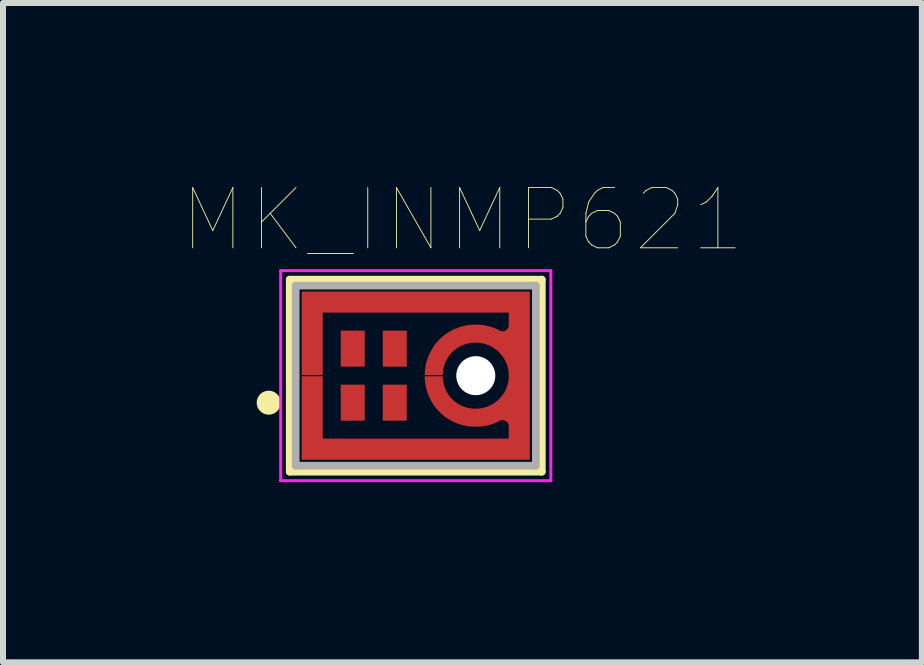
<source format=kicad_pcb>
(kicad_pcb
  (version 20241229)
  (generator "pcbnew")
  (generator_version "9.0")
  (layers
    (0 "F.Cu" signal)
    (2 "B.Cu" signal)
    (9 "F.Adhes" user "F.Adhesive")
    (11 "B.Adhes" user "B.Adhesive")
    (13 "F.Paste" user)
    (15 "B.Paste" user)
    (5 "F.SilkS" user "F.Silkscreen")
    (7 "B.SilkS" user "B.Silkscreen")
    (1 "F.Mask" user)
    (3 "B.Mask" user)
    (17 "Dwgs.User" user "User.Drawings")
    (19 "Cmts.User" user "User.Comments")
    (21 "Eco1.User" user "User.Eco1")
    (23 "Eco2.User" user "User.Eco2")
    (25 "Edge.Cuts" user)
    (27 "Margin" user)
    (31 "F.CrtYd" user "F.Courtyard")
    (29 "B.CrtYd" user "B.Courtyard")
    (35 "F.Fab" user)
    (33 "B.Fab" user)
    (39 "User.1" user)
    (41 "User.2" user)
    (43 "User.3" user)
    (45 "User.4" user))
  (footprint "MK_INMP621"
    (layer "F.Cu")
    (at 3.876 3.208)
    (property "Reference" "MK_INMP621" (at 0.778 -2.594 0) (layer "F.SilkS") (effects (font (size 1.004 1.004) (thickness 0.015))))
    (attr through_hole)
    (fp_poly (pts (xy 0 -1.05) (xy 0 1.05) (xy 0 1.4)) (stroke (width 0.0001) (type solid)) (fill yes) (layer "F.Cu"))
    (fp_poly (pts (xy 0.15 -0.01) (xy 0.15 -0.032) (xy 0.152 -0.076) (xy 0.157 -0.12) (xy 0.164 -0.163) (xy 0.173 -0.206) (xy 0.184 -0.249) (xy 0.198 -0.29) (xy 0.214 -0.332) (xy 0.232 -0.372) (xy 0.252 -0.411) (xy 0.274 -0.449) (xy 0.297 -0.486) (xy 0.323 -0.522) (xy 0.351 -0.556) (xy 0.38 -0.588) (xy 0.412 -0.62) (xy 0.444 -0.649) (xy 0.478 -0.677) (xy 0.514 -0.703) (xy 0.551 -0.726) (xy 0.589 -0.748) (xy 0.628 -0.768) (xy 0.668 -0.786) (xy 0.71 -0.802) (xy 0.751 -0.816) (xy 0.794 -0.827) (xy 0.837 -0.836) (xy 0.88 -0.843) (xy 0.924 -0.848) (xy 0.968 -0.85) (xy 0.99 -0.85) (xy 1 -0.85) (xy 1.012 -0.85) (xy 1.027 -0.85) (xy 1.041 -0.849) (xy 1.056 -0.848) (xy 1.071 -0.847) (xy 1.085 -0.846) (xy 1.1 -0.845) (xy 1.114 -0.843) (xy 1.129 -0.841) (xy 1.143 -0.839) (xy 1.158 -0.836) (xy 1.172 -0.833) (xy 1.186 -0.83) (xy 1.201 -0.827) (xy 1.215 -0.823) (xy 1.229 -0.82) (xy 1.243 -0.816) (xy 1.257 -0.811) (xy 1.271 -0.807) (xy 1.285 -0.802) (xy 1.298 -0.797) (xy 1.312 -0.792) (xy 1.326 -0.786) (xy 1.339 -0.78) (xy 1.353 -0.775) (xy 1.366 -0.768) (xy 1.379 -0.762) (xy 1.392 -0.755) (xy 1.405 -0.748) (xy 1.418 -0.741) (xy 1.42 -0.74) (xy 1.45 -0.74) (xy 1.453 -0.74) (xy 1.459 -0.741) (xy 1.464 -0.742) (xy 1.47 -0.743) (xy 1.475 -0.744) (xy 1.48 -0.746) (xy 1.485 -0.748) (xy 1.49 -0.75) (xy 1.495 -0.753) (xy 1.5 -0.755) (xy 1.505 -0.758) (xy 1.509 -0.762) (xy 1.513 -0.765) (xy 1.517 -0.769) (xy 1.521 -0.773) (xy 1.525 -0.777) (xy 1.528 -0.781) (xy 1.532 -0.785) (xy 1.535 -0.79) (xy 1.537 -0.795) (xy 1.54 -0.8) (xy 1.542 -0.805) (xy 1.544 -0.81) (xy 1.546 -0.815) (xy 1.547 -0.82) (xy 1.548 -0.826) (xy 1.549 -0.831) (xy 1.55 -0.837) (xy 1.55 -0.842) (xy 1.55 -0.848) (xy 1.55 -0.85) (xy 1.55 -1.05) (xy -1.55 -1.05) (xy -1.55 -0.01) (xy -1.9 -0.01) (xy -1.9 -1.4) (xy 1.9 -1.4) (xy 1.9 1.4) (xy -1.9 1.4) (xy -1.9 0.01) (xy -1.55 0.01) (xy -1.55 1.05) (xy 1.55 1.05) (xy 1.55 0.85) (xy 1.55 0.848) (xy 1.55 0.842) (xy 1.55 0.837) (xy 1.549 0.831) (xy 1.548 0.826) (xy 1.547 0.82) (xy 1.546 0.815) (xy 1.544 0.81) (xy 1.542 0.805) (xy 1.54 0.8) (xy 1.537 0.795) (xy 1.535 0.79) (xy 1.532 0.785) (xy 1.528 0.781) (xy 1.525 0.777) (xy 1.521 0.773) (xy 1.517 0.769) (xy 1.513 0.765) (xy 1.509 0.762) (xy 1.505 0.758) (xy 1.5 0.755) (xy 1.495 0.753) (xy 1.49 0.75) (xy 1.485 0.748) (xy 1.48 0.746) (xy 1.475 0.744) (xy 1.47 0.743) (xy 1.464 0.742) (xy 1.459 0.741) (xy 1.453 0.74) (xy 1.45 0.74) (xy 1.42 0.74) (xy 1.418 0.741) (xy 1.405 0.748) (xy 1.392 0.755) (xy 1.379 0.762) (xy 1.366 0.768) (xy 1.353 0.775) (xy 1.339 0.78) (xy 1.326 0.786) (xy 1.312 0.792) (xy 1.298 0.797) (xy 1.285 0.802) (xy 1.271 0.807) (xy 1.257 0.811) (xy 1.243 0.816) (xy 1.229 0.82) (xy 1.215 0.823) (xy 1.201 0.827) (xy 1.186 0.83) (xy 1.172 0.833) (xy 1.158 0.836) (xy 1.143 0.839) (xy 1.129 0.841) (xy 1.114 0.843) (xy 1.1 0.845) (xy 1.085 0.846) (xy 1.071 0.847) (xy 1.056 0.848) (xy 1.041 0.849) (xy 1.027 0.85) (xy 1.012 0.85) (xy 1 0.85) (xy 0.99 0.85) (xy 0.968 0.85) (xy 0.924 0.848) (xy 0.88 0.843) (xy 0.837 0.836) (xy 0.794 0.827) (xy 0.751 0.816) (xy 0.71 0.802) (xy 0.668 0.786) (xy 0.628 0.768) (xy 0.589 0.748) (xy 0.551 0.726) (xy 0.514 0.703) (xy 0.478 0.677) (xy 0.444 0.649) (xy 0.412 0.62) (xy 0.38 0.588) (xy 0.351 0.556) (xy 0.323 0.522) (xy 0.297 0.486) (xy 0.274 0.449) (xy 0.252 0.411) (xy 0.232 0.372) (xy 0.214 0.332) (xy 0.198 0.29) (xy 0.184 0.249) (xy 0.173 0.206) (xy 0.164 0.163) (xy 0.157 0.12) (xy 0.152 0.076) (xy 0.15 0.032) (xy 0.15 0.01) (xy 0.45 0.01) (xy 0.45 0.024) (xy 0.451 0.052) (xy 0.454 0.081) (xy 0.459 0.108) (xy 0.465 0.136) (xy 0.472 0.163) (xy 0.481 0.19) (xy 0.491 0.217) (xy 0.502 0.243) (xy 0.515 0.268) (xy 0.529 0.292) (xy 0.545 0.316) (xy 0.561 0.339) (xy 0.579 0.361) (xy 0.598 0.382) (xy 0.618 0.402) (xy 0.639 0.421) (xy 0.661 0.439) (xy 0.684 0.455) (xy 0.708 0.471) (xy 0.732 0.485) (xy 0.757 0.498) (xy 0.783 0.509) (xy 0.81 0.519) (xy 0.837 0.528) (xy 0.864 0.535) (xy 0.892 0.541) (xy 0.919 0.546) (xy 0.948 0.549) (xy 0.976 0.55) (xy 0.99 0.55) (xy 1 0.55) (xy 1.014 0.55) (xy 1.043 0.548) (xy 1.072 0.545) (xy 1.1 0.541) (xy 1.128 0.535) (xy 1.156 0.528) (xy 1.184 0.519) (xy 1.211 0.508) (xy 1.237 0.497) (xy 1.263 0.484) (xy 1.287 0.469) (xy 1.312 0.453) (xy 1.335 0.436) (xy 1.357 0.418) (xy 1.379 0.399) (xy 1.399 0.379) (xy 1.418 0.357) (xy 1.436 0.335) (xy 1.453 0.312) (xy 1.469 0.287) (xy 1.484 0.263) (xy 1.497 0.237) (xy 1.508 0.211) (xy 1.519 0.184) (xy 1.528 0.156) (xy 1.535 0.128) (xy 1.541 0.1) (xy 1.545 0.072) (xy 1.548 0.043) (xy 1.55 0.014) (xy 1.55 0) (xy 1.55 -0.014) (xy 1.548 -0.043) (xy 1.545 -0.072) (xy 1.541 -0.1) (xy 1.535 -0.128) (xy 1.528 -0.156) (xy 1.519 -0.184) (xy 1.508 -0.211) (xy 1.497 -0.237) (xy 1.484 -0.263) (xy 1.469 -0.287) (xy 1.453 -0.312) (xy 1.436 -0.335) (xy 1.418 -0.357) (xy 1.399 -0.379) (xy 1.379 -0.399) (xy 1.357 -0.418) (xy 1.335 -0.436) (xy 1.312 -0.453) (xy 1.287 -0.469) (xy 1.263 -0.484) (xy 1.237 -0.497) (xy 1.211 -0.508) (xy 1.184 -0.519) (xy 1.156 -0.528) (xy 1.128 -0.535) (xy 1.1 -0.541) (xy 1.072 -0.545) (xy 1.043 -0.548) (xy 1.014 -0.55) (xy 1 -0.55) (xy 0.99 -0.55) (xy 0.976 -0.55) (xy 0.948 -0.549) (xy 0.919 -0.546) (xy 0.892 -0.541) (xy 0.864 -0.535) (xy 0.837 -0.528) (xy 0.81 -0.519) (xy 0.783 -0.509) (xy 0.757 -0.498) (xy 0.732 -0.485) (xy 0.708 -0.471) (xy 0.684 -0.455) (xy 0.661 -0.439) (xy 0.639 -0.421) (xy 0.618 -0.402) (xy 0.598 -0.382) (xy 0.579 -0.361) (xy 0.561 -0.339) (xy 0.545 -0.316) (xy 0.529 -0.292) (xy 0.515 -0.268) (xy 0.502 -0.243) (xy 0.491 -0.217) (xy 0.481 -0.19) (xy 0.472 -0.163) (xy 0.465 -0.136) (xy 0.459 -0.108) (xy 0.454 -0.081) (xy 0.451 -0.052) (xy 0.45 -0.024) (xy 0.45 -0.01) (xy 0.15 -0.01)) (stroke (width 0.001) (type solid)) (fill yes) (layer "F.Cu"))
    (fp_poly (pts (xy -2.007 -1.5) (xy -1.45 -1.5) (xy -1.45 1.505) (xy -2.007 1.505)) (stroke (width 0.01) (type solid)) (fill yes) (layer "F.Mask"))
    (fp_poly (pts (xy -1.456 0.95) (xy 2 0.95) (xy 2 1.506) (xy -1.456 1.506)) (stroke (width 0.01) (type solid)) (fill yes) (layer "F.Mask"))
    (fp_poly (pts (xy -1.456 -1.5) (xy 2 -1.5) (xy 2 -0.954) (xy -1.456 -0.954)) (stroke (width 0.01) (type solid)) (fill yes) (layer "F.Mask"))
    (fp_poly (pts (xy 0.1 -0.95) (xy 2 -0.95) (xy 2 0.954) (xy 0.1 0.954)) (stroke (width 0.01) (type solid)) (fill yes) (layer "F.Mask"))
    (fp_line (start -2.1 -1.6) (end 2.1 -1.6) (stroke (width 0.127) (type solid)) (layer "F.SilkS"))
    (fp_line (start -2.1 1.6) (end -2.1 -1.6) (stroke (width 0.127) (type solid)) (layer "F.SilkS"))
    (fp_line (start 2.1 -1.6) (end 2.1 1.6) (stroke (width 0.127) (type solid)) (layer "F.SilkS"))
    (fp_line (start 2.1 1.6) (end -2.1 1.6) (stroke (width 0.127) (type solid)) (layer "F.SilkS"))
    (fp_circle (center -2.45 0.45) (end -2.35 0.45) (stroke (width 0.2) (type solid)) (fill no) (layer "F.SilkS"))
    (fp_poly (pts (xy -1.856 -0.749) (xy -1.601 -0.749) (xy -1.601 0.752) (xy -1.856 0.752)) (stroke (width 0.01) (type solid)) (fill yes) (layer "F.Paste"))
    (fp_poly (pts (xy -1.854 -1.349) (xy -0.901 -1.349) (xy -0.901 -1.104) (xy -1.854 -1.104)) (stroke (width 0.01) (type solid)) (fill yes) (layer "F.Paste"))
    (fp_poly (pts (xy -1.853 1.101) (xy -0.901 1.101) (xy -0.901 1.352) (xy -1.853 1.352)) (stroke (width 0.01) (type solid)) (fill yes) (layer "F.Paste"))
    (fp_poly (pts (xy -1.203 0.25) (xy -0.901 0.25) (xy -0.901 0.65) (xy -1.203 0.65)) (stroke (width 0.01) (type solid)) (fill yes) (layer "F.Paste"))
    (fp_poly (pts (xy -1.202 -0.65) (xy -0.901 -0.65) (xy -0.901 -0.253) (xy -1.202 -0.253)) (stroke (width 0.01) (type solid)) (fill yes) (layer "F.Paste"))
    (fp_poly (pts (xy -0.501 -0.65) (xy -0.201 -0.65) (xy -0.201 -0.253) (xy -0.501 -0.253)) (stroke (width 0.01) (type solid)) (fill yes) (layer "F.Paste"))
    (fp_poly (pts (xy -0.501 -1.349) (xy 0.649 -1.349) (xy 0.649 -1.106) (xy -0.501 -1.106)) (stroke (width 0.01) (type solid)) (fill yes) (layer "F.Paste"))
    (fp_poly (pts (xy -0.5 1.101) (xy 0.649 1.101) (xy 0.649 1.352) (xy -0.5 1.352)) (stroke (width 0.01) (type solid)) (fill yes) (layer "F.Paste"))
    (fp_poly (pts (xy -0.5 0.25) (xy -0.201 0.25) (xy -0.201 0.649) (xy -0.5 0.649)) (stroke (width 0.01) (type solid)) (fill yes) (layer "F.Paste"))
    (fp_poly (pts (xy 1.354 1.101) (xy 1.849 1.101) (xy 1.849 1.352) (xy 1.354 1.352)) (stroke (width 0.01) (type solid)) (fill yes) (layer "F.Paste"))
    (fp_poly (pts (xy 1.355 -1.349) (xy 1.849 -1.349) (xy 1.849 -1.104) (xy 1.355 -1.104)) (stroke (width 0.01) (type solid)) (fill yes) (layer "F.Paste"))
    (fp_poly (pts (xy 1.849 -0.749) (xy 1.849 0.749) (xy 1.474 0.749) (xy 1.345 0.472) (xy 1.357 0.463) (xy 1.386 0.439) (xy 1.413 0.414) (xy 1.438 0.387) (xy 1.462 0.358) (xy 1.484 0.327) (xy 1.504 0.296) (xy 1.521 0.263) (xy 1.537 0.229) (xy 1.55 0.194) (xy 1.561 0.158) (xy 1.57 0.122) (xy 1.577 0.085) (xy 1.581 0.048) (xy 1.582 0.011) (xy 1.582 -0.026) (xy 1.579 -0.063) (xy 1.573 -0.1) (xy 1.566 -0.137) (xy 1.556 -0.173) (xy 1.543 -0.208) (xy 1.529 -0.242) (xy 1.512 -0.276) (xy 1.493 -0.308) (xy 1.472 -0.339) (xy 1.449 -0.369) (xy 1.425 -0.397) (xy 1.398 -0.423) (xy 1.37 -0.448) (xy 1.341 -0.47) (xy 1.322 -0.483) (xy 1.323 -0.484) (xy 1.474 -0.749) (xy 1.849 -0.749)) (stroke (width 0.001) (type solid)) (fill yes) (layer "F.Paste"))
    (fp_poly (pts (xy 0.235 -0.181) (xy 0.238 -0.195) (xy 0.247 -0.228) (xy 0.258 -0.261) (xy 0.27 -0.293) (xy 0.284 -0.325) (xy 0.298 -0.356) (xy 0.315 -0.386) (xy 0.332 -0.416) (xy 0.351 -0.445) (xy 0.371 -0.473) (xy 0.392 -0.5) (xy 0.415 -0.526) (xy 0.438 -0.552) (xy 0.463 -0.576) (xy 0.488 -0.599) (xy 0.515 -0.621) (xy 0.542 -0.642) (xy 0.571 -0.661) (xy 0.6 -0.679) (xy 0.63 -0.696) (xy 0.661 -0.712) (xy 0.692 -0.726) (xy 0.724 -0.739) (xy 0.757 -0.751) (xy 0.79 -0.761) (xy 0.823 -0.77) (xy 0.857 -0.777) (xy 0.891 -0.782) (xy 0.925 -0.787) (xy 0.96 -0.789) (xy 0.98 -0.79) (xy 0.981 -0.79) (xy 0.984 -0.791) (xy 0.987 -0.791) (xy 0.99 -0.792) (xy 0.993 -0.792) (xy 0.997 -0.793) (xy 1 -0.793) (xy 1.003 -0.793) (xy 1.006 -0.793) (xy 1.009 -0.793) (xy 1.012 -0.794) (xy 1.016 -0.794) (xy 1.019 -0.794) (xy 1.022 -0.793) (xy 1.025 -0.793) (xy 1.028 -0.793) (xy 1.031 -0.793) (xy 1.035 -0.792) (xy 1.038 -0.792) (xy 1.041 -0.792) (xy 1.044 -0.791) (xy 1.047 -0.79) (xy 1.05 -0.79) (xy 1.053 -0.789) (xy 1.057 -0.788) (xy 1.06 -0.788) (xy 1.063 -0.787) (xy 1.066 -0.786) (xy 1.069 -0.785) (xy 1.072 -0.784) (xy 1.074 -0.783) (xy 1.026 -0.586) (xy 1.026 -0.586) (xy 1.025 -0.586) (xy 1.024 -0.587) (xy 1.023 -0.587) (xy 1.022 -0.587) (xy 1.021 -0.587) (xy 1.021 -0.587) (xy 1.02 -0.587) (xy 1.019 -0.588) (xy 1.018 -0.588) (xy 1.017 -0.588) (xy 1.016 -0.588) (xy 1.015 -0.588) (xy 1.014 -0.588) (xy 1.013 -0.588) (xy 1.013 -0.588) (xy 1.012 -0.588) (xy 1.011 -0.588) (xy 1.01 -0.588) (xy 1.009 -0.587) (xy 1.008 -0.587) (xy 1.007 -0.587) (xy 1.006 -0.587) (xy 1.006 -0.587) (xy 1.005 -0.587) (xy 1.004 -0.586) (xy 1.003 -0.586) (xy 1.002 -0.586) (xy 1.001 -0.586) (xy 1.001 -0.585) (xy 1 -0.585) (xy 0.983 -0.585) (xy 0.959 -0.585) (xy 0.934 -0.583) (xy 0.91 -0.58) (xy 0.885 -0.576) (xy 0.861 -0.571) (xy 0.837 -0.565) (xy 0.814 -0.558) (xy 0.791 -0.55) (xy 0.768 -0.541) (xy 0.745 -0.531) (xy 0.723 -0.52) (xy 0.702 -0.509) (xy 0.681 -0.496) (xy 0.66 -0.482) (xy 0.64 -0.467) (xy 0.621 -0.452) (xy 0.603 -0.435) (xy 0.585 -0.418) (xy 0.568 -0.401) (xy 0.552 -0.382) (xy 0.537 -0.363) (xy 0.522 -0.343) (xy 0.509 -0.322) (xy 0.496 -0.301) (xy 0.484 -0.28) (xy 0.474 -0.257) (xy 0.464 -0.235) (xy 0.455 -0.212) (xy 0.447 -0.189) (xy 0.445 -0.181) (xy 0.235 -0.181)) (stroke (width 0.0001) (type solid)) (fill yes) (layer "F.Paste"))
    (fp_poly (pts (xy 0.235 0.181) (xy 0.238 0.195) (xy 0.247 0.228) (xy 0.258 0.261) (xy 0.27 0.293) (xy 0.284 0.325) (xy 0.298 0.356) (xy 0.315 0.386) (xy 0.332 0.416) (xy 0.351 0.445) (xy 0.371 0.473) (xy 0.392 0.5) (xy 0.415 0.526) (xy 0.438 0.552) (xy 0.463 0.576) (xy 0.488 0.599) (xy 0.515 0.621) (xy 0.542 0.642) (xy 0.571 0.661) (xy 0.6 0.679) (xy 0.63 0.696) (xy 0.661 0.712) (xy 0.692 0.726) (xy 0.724 0.739) (xy 0.757 0.751) (xy 0.79 0.761) (xy 0.823 0.77) (xy 0.857 0.777) (xy 0.891 0.782) (xy 0.925 0.787) (xy 0.96 0.789) (xy 0.98 0.79) (xy 0.98 0.79) (xy 0.981 0.79) (xy 0.982 0.791) (xy 0.983 0.791) (xy 0.984 0.791) (xy 0.985 0.792) (xy 0.986 0.792) (xy 0.987 0.792) (xy 0.988 0.792) (xy 0.989 0.792) (xy 0.99 0.793) (xy 0.991 0.793) (xy 0.992 0.793) (xy 0.993 0.793) (xy 0.994 0.793) (xy 0.995 0.793) (xy 0.996 0.793) (xy 0.997 0.793) (xy 0.998 0.793) (xy 0.999 0.793) (xy 1 0.793) (xy 1.001 0.793) (xy 1.002 0.793) (xy 1.003 0.793) (xy 1.004 0.793) (xy 1.005 0.793) (xy 1.006 0.793) (xy 1.007 0.793) (xy 1.008 0.792) (xy 1.009 0.792) (xy 1.01 0.792) (xy 1 0.586) (xy 1 0.586) (xy 1 0.586) (xy 1 0.586) (xy 1 0.586) (xy 1 0.586) (xy 1 0.586) (xy 1 0.586) (xy 1 0.586) (xy 1 0.586) (xy 1 0.586) (xy 1 0.586) (xy 1 0.586) (xy 1 0.586) (xy 1 0.586) (xy 1 0.586) (xy 1 0.585) (xy 1 0.585) (xy 1 0.585) (xy 1 0.585) (xy 1 0.585) (xy 1 0.585) (xy 1 0.585) (xy 1 0.585) (xy 1 0.585) (xy 1 0.585) (xy 1 0.585) (xy 1 0.585) (xy 1 0.585) (xy 1 0.585) (xy 1 0.585) (xy 1 0.585) (xy 0.983 0.585) (xy 0.959 0.585) (xy 0.934 0.583) (xy 0.91 0.58) (xy 0.885 0.576) (xy 0.861 0.571) (xy 0.837 0.565) (xy 0.814 0.558) (xy 0.791 0.55) (xy 0.768 0.541) (xy 0.745 0.531) (xy 0.723 0.52) (xy 0.702 0.509) (xy 0.681 0.496) (xy 0.66 0.482) (xy 0.64 0.467) (xy 0.621 0.452) (xy 0.603 0.435) (xy 0.585 0.418) (xy 0.568 0.401) (xy 0.552 0.382) (xy 0.537 0.363) (xy 0.522 0.343) (xy 0.509 0.322) (xy 0.496 0.301) (xy 0.484 0.28) (xy 0.474 0.257) (xy 0.464 0.235) (xy 0.455 0.212) (xy 0.447 0.189) (xy 0.445 0.181) (xy 0.235 0.181)) (stroke (width 0.0001) (type solid)) (fill yes) (layer "F.Paste"))
    (fp_line (start -2.25 -1.75) (end 2.25 -1.75) (stroke (width 0.05) (type solid)) (layer "F.CrtYd"))
    (fp_line (start -2.25 1.75) (end -2.25 -1.75) (stroke (width 0.05) (type solid)) (layer "F.CrtYd"))
    (fp_line (start 2.25 -1.75) (end 2.25 1.75) (stroke (width 0.05) (type solid)) (layer "F.CrtYd"))
    (fp_line (start 2.25 1.75) (end -2.25 1.75) (stroke (width 0.05) (type solid)) (layer "F.CrtYd"))
    (fp_line (start -2 -1.5) (end 2 -1.5) (stroke (width 0.127) (type solid)) (layer "F.Fab"))
    (fp_line (start -2 1.5) (end -2 -1.5) (stroke (width 0.127) (type solid)) (layer "F.Fab"))
    (fp_line (start 2 -1.5) (end 2 1.5) (stroke (width 0.127) (type solid)) (layer "F.Fab"))
    (fp_line (start 2 1.5) (end -2 1.5) (stroke (width 0.127) (type solid)) (layer "F.Fab"))
    (pad "" np_thru_hole circle (at 1 0) (size 0.65 0.65) (drill 0.65) (layers "*.Cu" "*.Mask"))
    (pad "1" smd rect (at -1.05 0.45) (size 0.4 0.6) (layers "F.Cu" "F.Mask"))
    (pad "2" smd rect (at -0.35 0.45) (size 0.4 0.6) (layers "F.Cu" "F.Mask"))
    (pad "3" smd rect (at 1.7 0) (size 0.2 0.2) (layers "F.Cu"))
    (pad "4" smd rect (at -0.35 -0.45) (size 0.4 0.6) (layers "F.Cu" "F.Mask"))
    (pad "5" smd rect (at -1.05 -0.45) (size 0.4 0.6) (layers "F.Cu" "F.Mask")))
  (gr_rect
    (start -3 -3)
    (end 12.307 7.983)
    (stroke (width 0.1) (type default))
    (fill no)
    (layer "Edge.Cuts")))
</source>
